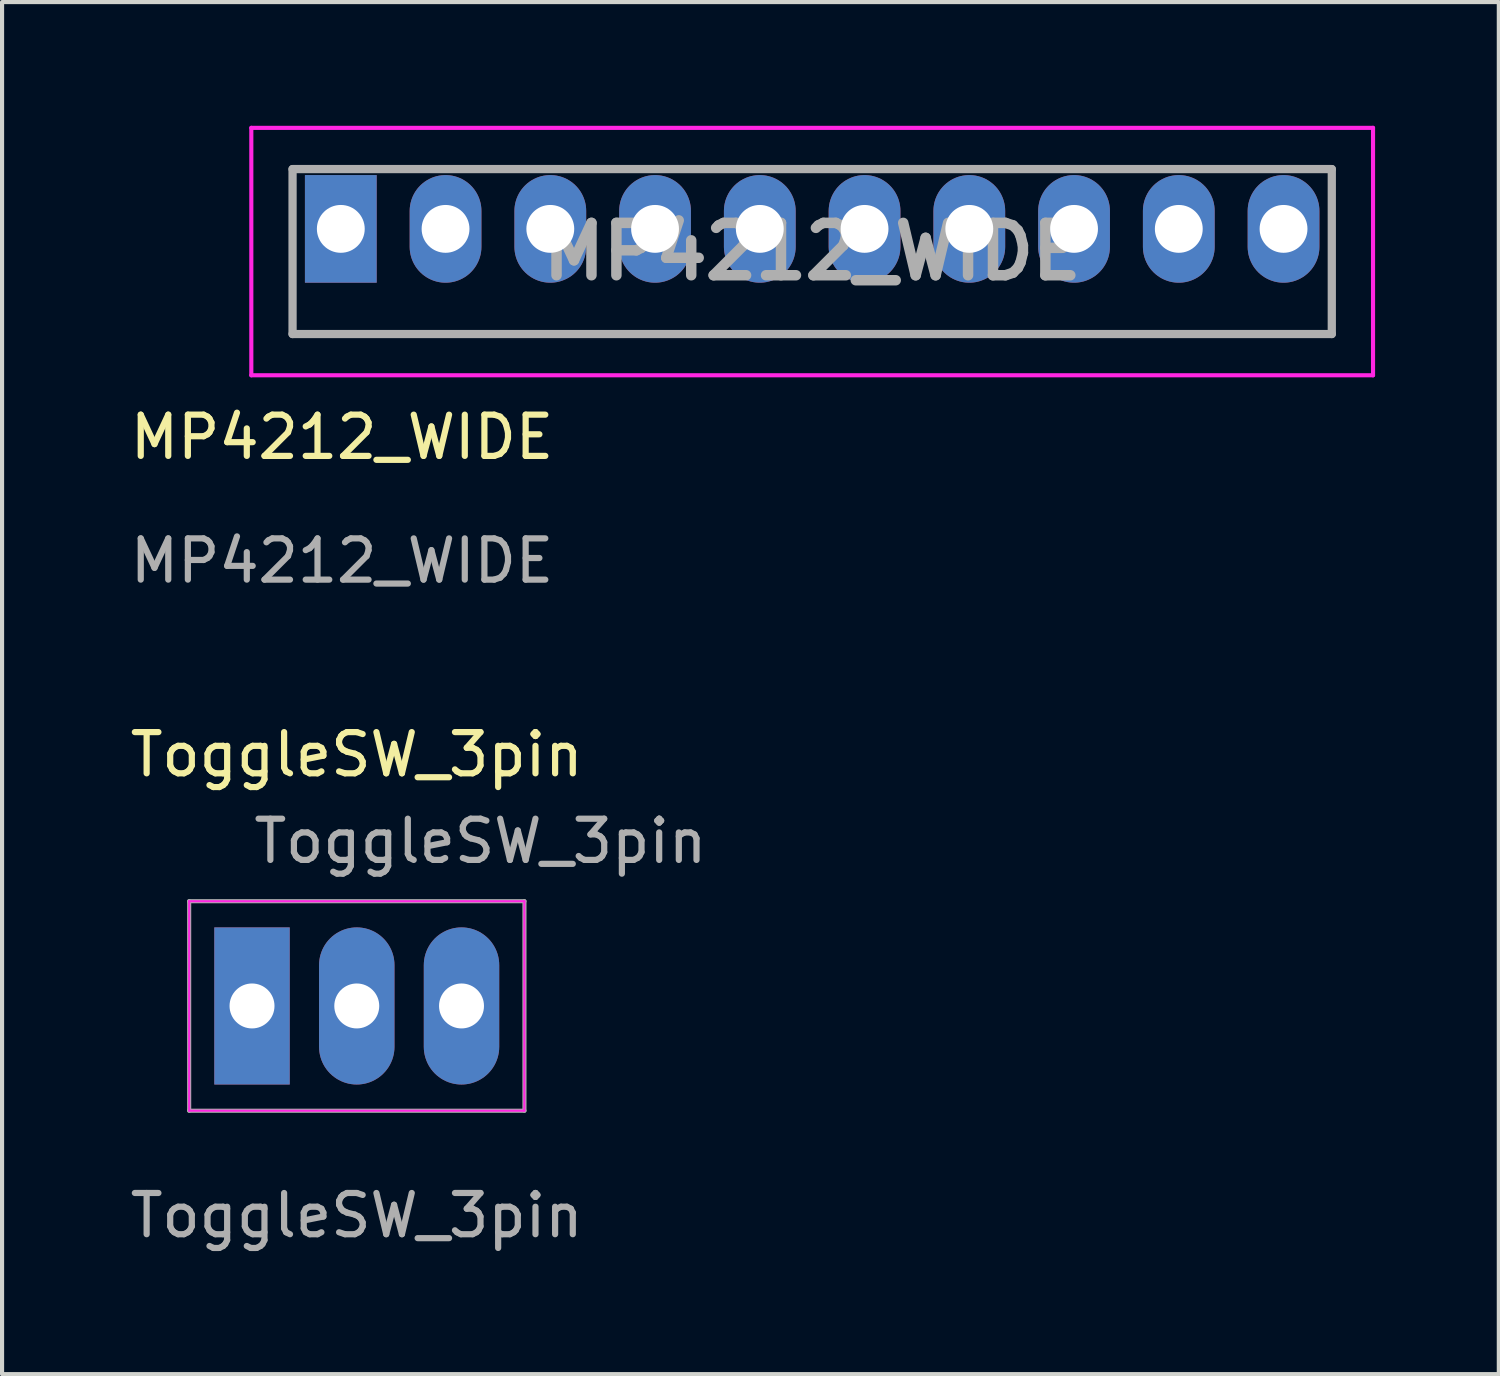
<source format=kicad_pcb>
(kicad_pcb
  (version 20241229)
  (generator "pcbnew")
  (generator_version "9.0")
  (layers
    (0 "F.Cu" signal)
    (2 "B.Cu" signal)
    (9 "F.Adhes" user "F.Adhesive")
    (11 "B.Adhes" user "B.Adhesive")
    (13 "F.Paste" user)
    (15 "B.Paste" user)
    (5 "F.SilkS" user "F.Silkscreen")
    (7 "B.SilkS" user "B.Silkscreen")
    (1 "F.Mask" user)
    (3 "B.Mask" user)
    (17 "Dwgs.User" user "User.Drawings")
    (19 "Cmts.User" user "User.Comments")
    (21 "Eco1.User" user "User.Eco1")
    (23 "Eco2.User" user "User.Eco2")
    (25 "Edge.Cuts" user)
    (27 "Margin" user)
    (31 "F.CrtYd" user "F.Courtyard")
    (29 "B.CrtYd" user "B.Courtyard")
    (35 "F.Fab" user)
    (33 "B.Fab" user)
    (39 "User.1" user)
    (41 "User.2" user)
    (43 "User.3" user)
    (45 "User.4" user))
  (footprint "ToggleSW_3pin"
    (layer "F.Cu")
    (at 5.601 21.343)
    (property "Reference" "ToggleSW_3pin" (at 0 -6.096 0) (unlocked yes) (layer "F.SilkS") (effects (font (size 1 1) (thickness 0.15))))
    (attr through_hole)
    (fp_line (start -4.064 -2.54) (end -4.064 2.54) (stroke (width 0.05) (type default)) (layer "F.CrtYd"))
    (fp_line (start -4.064 -2.54) (end 4.064 -2.54) (stroke (width 0.05) (type default)) (layer "F.CrtYd"))
    (fp_line (start 4.064 -2.54) (end 4.064 2.54) (stroke (width 0.05) (type default)) (layer "F.CrtYd"))
    (fp_line (start 4.064 2.54) (end -4.064 2.54) (stroke (width 0.05) (type default)) (layer "F.CrtYd"))
    (fp_line (start -4.064 -2.54) (end -4.064 2.54) (stroke (width 0.1) (type default)) (layer "F.Fab"))
    (fp_line (start -4.064 -2.54) (end 4.066 -2.54) (stroke (width 0.1) (type default)) (layer "F.Fab"))
    (fp_line (start -4.064 2.54) (end 4.066 2.54) (stroke (width 0.1) (type default)) (layer "F.Fab"))
    (fp_line (start 4.066 -2.54) (end 4.066 2.54) (stroke (width 0.1) (type default)) (layer "F.Fab"))
    (fp_text user "${REFERENCE}" (at 3 -3.996 0) (layer "F.Fab") (effects (font (size 1 1) (thickness 0.15))))
    (fp_text user "${REFERENCE}" (at 0 5.08 0) (unlocked yes) (layer "F.Fab") (effects (font (size 1 1) (thickness 0.15))))
    (pad "1" thru_hole rect (at -2.54 0) (size 1.829 3.81) (drill 1.09) (layers "*.Cu" "*.Mask"))
    (pad "2" thru_hole oval (at 0 0) (size 1.829 3.81) (drill 1.09) (layers "*.Cu" "*.Mask"))
    (pad "3" thru_hole oval (at 2.54 0) (size 1.829 3.81) (drill 1.09) (layers "*.Cu" "*.Mask")))
  (footprint "MP4212_WIDE"
    (layer "F.Cu")
    (at 5.214 2.5)
    (property "Reference" "MP4212_WIDE" (at 0.03 5.05 0) (unlocked yes) (layer "F.SilkS") (effects (font (size 1 1) (thickness 0.15))))
    (attr smd)
    (fp_line (start -1.17 -1.45) (end 24.03 -1.45) (stroke (width 0.1) (type solid)) (layer "F.SilkS"))
    (fp_line (start -1.17 2.55) (end -1.17 -1.45) (stroke (width 0.1) (type solid)) (layer "F.SilkS"))
    (fp_line (start 24.03 -1.45) (end 24.03 2.55) (stroke (width 0.1) (type solid)) (layer "F.SilkS"))
    (fp_line (start 24.03 2.55) (end -1.17 2.55) (stroke (width 0.1) (type solid)) (layer "F.SilkS"))
    (fp_line (start -2.17 -2.45) (end 25.03 -2.45) (stroke (width 0.1) (type solid)) (layer "F.CrtYd"))
    (fp_line (start -2.17 3.55) (end -2.17 -2.45) (stroke (width 0.1) (type solid)) (layer "F.CrtYd"))
    (fp_line (start 25.03 -2.45) (end 25.03 3.55) (stroke (width 0.1) (type solid)) (layer "F.CrtYd"))
    (fp_line (start 25.03 3.55) (end -2.17 3.55) (stroke (width 0.1) (type solid)) (layer "F.CrtYd"))
    (fp_line (start -1.17 -1.45) (end 24.03 -1.45) (stroke (width 0.2) (type solid)) (layer "F.Fab"))
    (fp_line (start -1.17 2.55) (end -1.17 -1.45) (stroke (width 0.2) (type solid)) (layer "F.Fab"))
    (fp_line (start 24.03 -1.45) (end 24.03 2.55) (stroke (width 0.2) (type solid)) (layer "F.Fab"))
    (fp_line (start 24.03 2.55) (end -1.17 2.55) (stroke (width 0.2) (type solid)) (layer "F.Fab"))
    (fp_text user "${REFERENCE}" (at 11.43 0.55 0) (layer "F.Fab") (effects (font (size 1.27 1.27) (thickness 0.254))))
    (fp_text user "${REFERENCE}" (at 0.03 8.05 0) (unlocked yes) (layer "F.Fab") (effects (font (size 1 1) (thickness 0.15))))
    (pad "1" thru_hole rect (at 0 0) (size 1.74 2.61) (drill 1.16) (layers "*.Cu" "*.Mask"))
    (pad "2" thru_hole oval (at 2.54 0) (size 1.74 2.61) (drill 1.16) (layers "*.Cu" "*.Mask"))
    (pad "3" thru_hole oval (at 5.08 0) (size 1.74 2.61) (drill 1.16) (layers "*.Cu" "*.Mask"))
    (pad "4" thru_hole oval (at 7.62 0) (size 1.74 2.61) (drill 1.16) (layers "*.Cu" "*.Mask"))
    (pad "5" thru_hole oval (at 10.16 0) (size 1.74 2.61) (drill 1.16) (layers "*.Cu" "*.Mask"))
    (pad "6" thru_hole oval (at 12.7 0) (size 1.74 2.61) (drill 1.16) (layers "*.Cu" "*.Mask"))
    (pad "7" thru_hole oval (at 15.24 0) (size 1.74 2.61) (drill 1.16) (layers "*.Cu" "*.Mask"))
    (pad "8" thru_hole oval (at 17.78 0) (size 1.74 2.61) (drill 1.16) (layers "*.Cu" "*.Mask"))
    (pad "9" thru_hole oval (at 20.32 0) (size 1.74 2.61) (drill 1.16) (layers "*.Cu" "*.Mask"))
    (pad "10" thru_hole oval (at 22.86 0) (size 1.74 2.61) (drill 1.16) (layers "*.Cu" "*.Mask")))
  (gr_rect
    (start -3 -3)
    (end 33.294 30.271)
    (stroke (width 0.1) (type default))
    (fill no)
    (layer "Edge.Cuts")))
</source>
